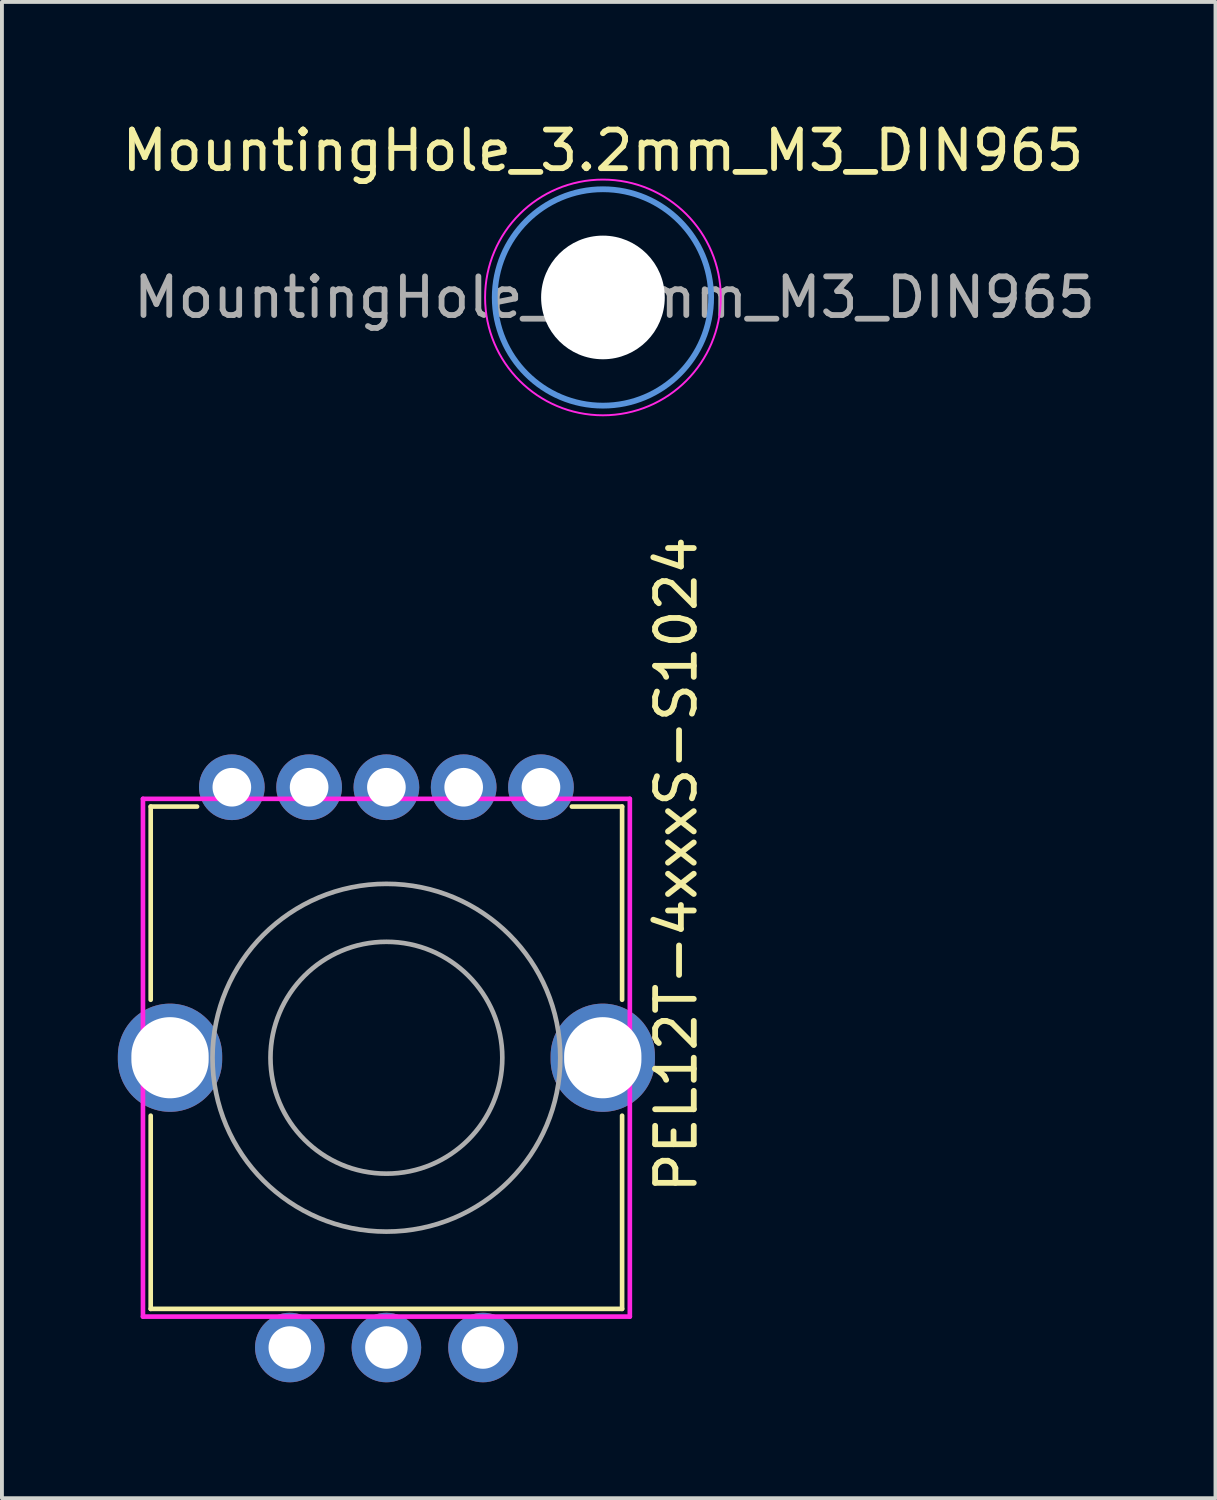
<source format=kicad_pcb>
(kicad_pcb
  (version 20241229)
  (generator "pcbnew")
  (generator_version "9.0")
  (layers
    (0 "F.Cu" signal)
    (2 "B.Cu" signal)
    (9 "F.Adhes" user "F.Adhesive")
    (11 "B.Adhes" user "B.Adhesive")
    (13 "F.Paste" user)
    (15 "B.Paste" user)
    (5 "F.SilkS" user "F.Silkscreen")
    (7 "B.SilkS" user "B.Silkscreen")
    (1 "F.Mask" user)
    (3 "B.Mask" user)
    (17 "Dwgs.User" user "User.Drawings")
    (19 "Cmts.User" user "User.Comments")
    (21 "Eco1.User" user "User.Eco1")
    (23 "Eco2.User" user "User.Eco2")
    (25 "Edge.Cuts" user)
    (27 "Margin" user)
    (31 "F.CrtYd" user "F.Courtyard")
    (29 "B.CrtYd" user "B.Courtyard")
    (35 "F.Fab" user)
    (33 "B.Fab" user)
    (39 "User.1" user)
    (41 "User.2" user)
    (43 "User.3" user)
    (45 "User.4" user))
  (footprint "MountingHole_3.2mm_M3_DIN965"
    (layer "F.Cu")
    (at 12.554 4.648)
    (property "Reference" "MountingHole_3.2mm_M3_DIN965" (at 0 -3.8 0) (layer "F.SilkS") (effects (font (size 1 1) (thickness 0.15))))
    (attr exclude_from_pos_files exclude_from_bom)
    (fp_circle (center 0 0) (end 2.8 0) (stroke (width 0.15) (type solid)) (fill no) (layer "Cmts.User"))
    (fp_circle (center 0 0) (end 3.05 0) (stroke (width 0.05) (type solid)) (fill no) (layer "F.CrtYd"))
    (fp_text user "${REFERENCE}" (at 0.3 0 0) (layer "F.Fab") (effects (font (size 1 1) (thickness 0.15))))
    (pad "" np_thru_hole circle (at 0 0) (size 3.2 3.2) (drill 3.2) (layers "*.Cu" "*.Mask")))
  (footprint "PEL12T-4xxxS-S1024"
    (layer "F.Cu")
    (at 6.95 24.324)
    (property "Reference" "PEL12T-4xxxS-S1024" (at 7.5 -5 90) (layer "F.SilkS") (effects (font (size 1 1) (thickness 0.15))))
    (attr through_hole)
    (fp_line (start -6.1 -6.5) (end -4.9 -6.5) (stroke (width 0.12) (type solid)) (layer "F.SilkS"))
    (fp_line (start -6.1 -1.5) (end -6.1 -6.5) (stroke (width 0.12) (type solid)) (layer "F.SilkS"))
    (fp_line (start -6.1 6.5) (end -6.1 1.5) (stroke (width 0.12) (type solid)) (layer "F.SilkS"))
    (fp_line (start 4.8 -6.5) (end 6.1 -6.5) (stroke (width 0.12) (type solid)) (layer "F.SilkS"))
    (fp_line (start 6.1 -6.5) (end 6.1 -1.5) (stroke (width 0.12) (type solid)) (layer "F.SilkS"))
    (fp_line (start 6.1 1.5) (end 6.1 6.5) (stroke (width 0.12) (type solid)) (layer "F.SilkS"))
    (fp_line (start 6.1 6.5) (end -6.1 6.5) (stroke (width 0.12) (type solid)) (layer "F.SilkS"))
    (fp_line (start -6.3 -6.7) (end 6.3 -6.7) (stroke (width 0.12) (type solid)) (layer "F.CrtYd"))
    (fp_line (start -6.3 6.7) (end -6.3 -6.7) (stroke (width 0.12) (type solid)) (layer "F.CrtYd"))
    (fp_line (start 6.3 -6.7) (end 6.3 6.7) (stroke (width 0.12) (type solid)) (layer "F.CrtYd"))
    (fp_line (start 6.3 6.7) (end -6.3 6.7) (stroke (width 0.12) (type solid)) (layer "F.CrtYd"))
    (fp_circle (center 0 0) (end 3 0) (stroke (width 0.12) (type solid)) (fill no) (layer "F.Fab"))
    (fp_circle (center 0 0) (end 4.5 0) (stroke (width 0.12) (type solid)) (fill no) (layer "F.Fab"))
    (pad "" np_thru_hole oval (at -5.6 0) (size 2.7 2.8) (drill oval 2 2.1) (layers "*.Cu" "*.Mask"))
    (pad "" np_thru_hole oval (at 5.6 0) (size 2.7 2.8) (drill oval 2 2.1) (layers "*.Cu" "*.Mask"))
    (pad "1" thru_hole circle (at -4 -7) (size 1.7 1.7) (drill 1) (layers "*.Cu" "*.Mask"))
    (pad "2" thru_hole circle (at -2 -7) (size 1.7 1.7) (drill 1) (layers "*.Cu" "*.Mask"))
    (pad "3" thru_hole circle (at 0 -7) (size 1.7 1.7) (drill 1) (layers "*.Cu" "*.Mask"))
    (pad "4" thru_hole circle (at 2 -7) (size 1.7 1.7) (drill 1) (layers "*.Cu" "*.Mask"))
    (pad "5" thru_hole circle (at 4 -7) (size 1.7 1.7) (drill 1) (layers "*.Cu" "*.Mask"))
    (pad "A" thru_hole circle (at -2.5 7.5) (size 1.8 1.8) (drill 1.1) (layers "*.Cu" "*.Mask"))
    (pad "B" thru_hole circle (at 2.5 7.5) (size 1.8 1.8) (drill 1.1) (layers "*.Cu" "*.Mask"))
    (pad "C" thru_hole circle (at 0 7.5) (size 1.8 1.8) (drill 1.1) (layers "*.Cu" "*.Mask")))
  (gr_rect
    (start -3 -3)
    (end 28.407 35.724)
    (stroke (width 0.1) (type default))
    (fill no)
    (layer "Edge.Cuts")))
</source>
